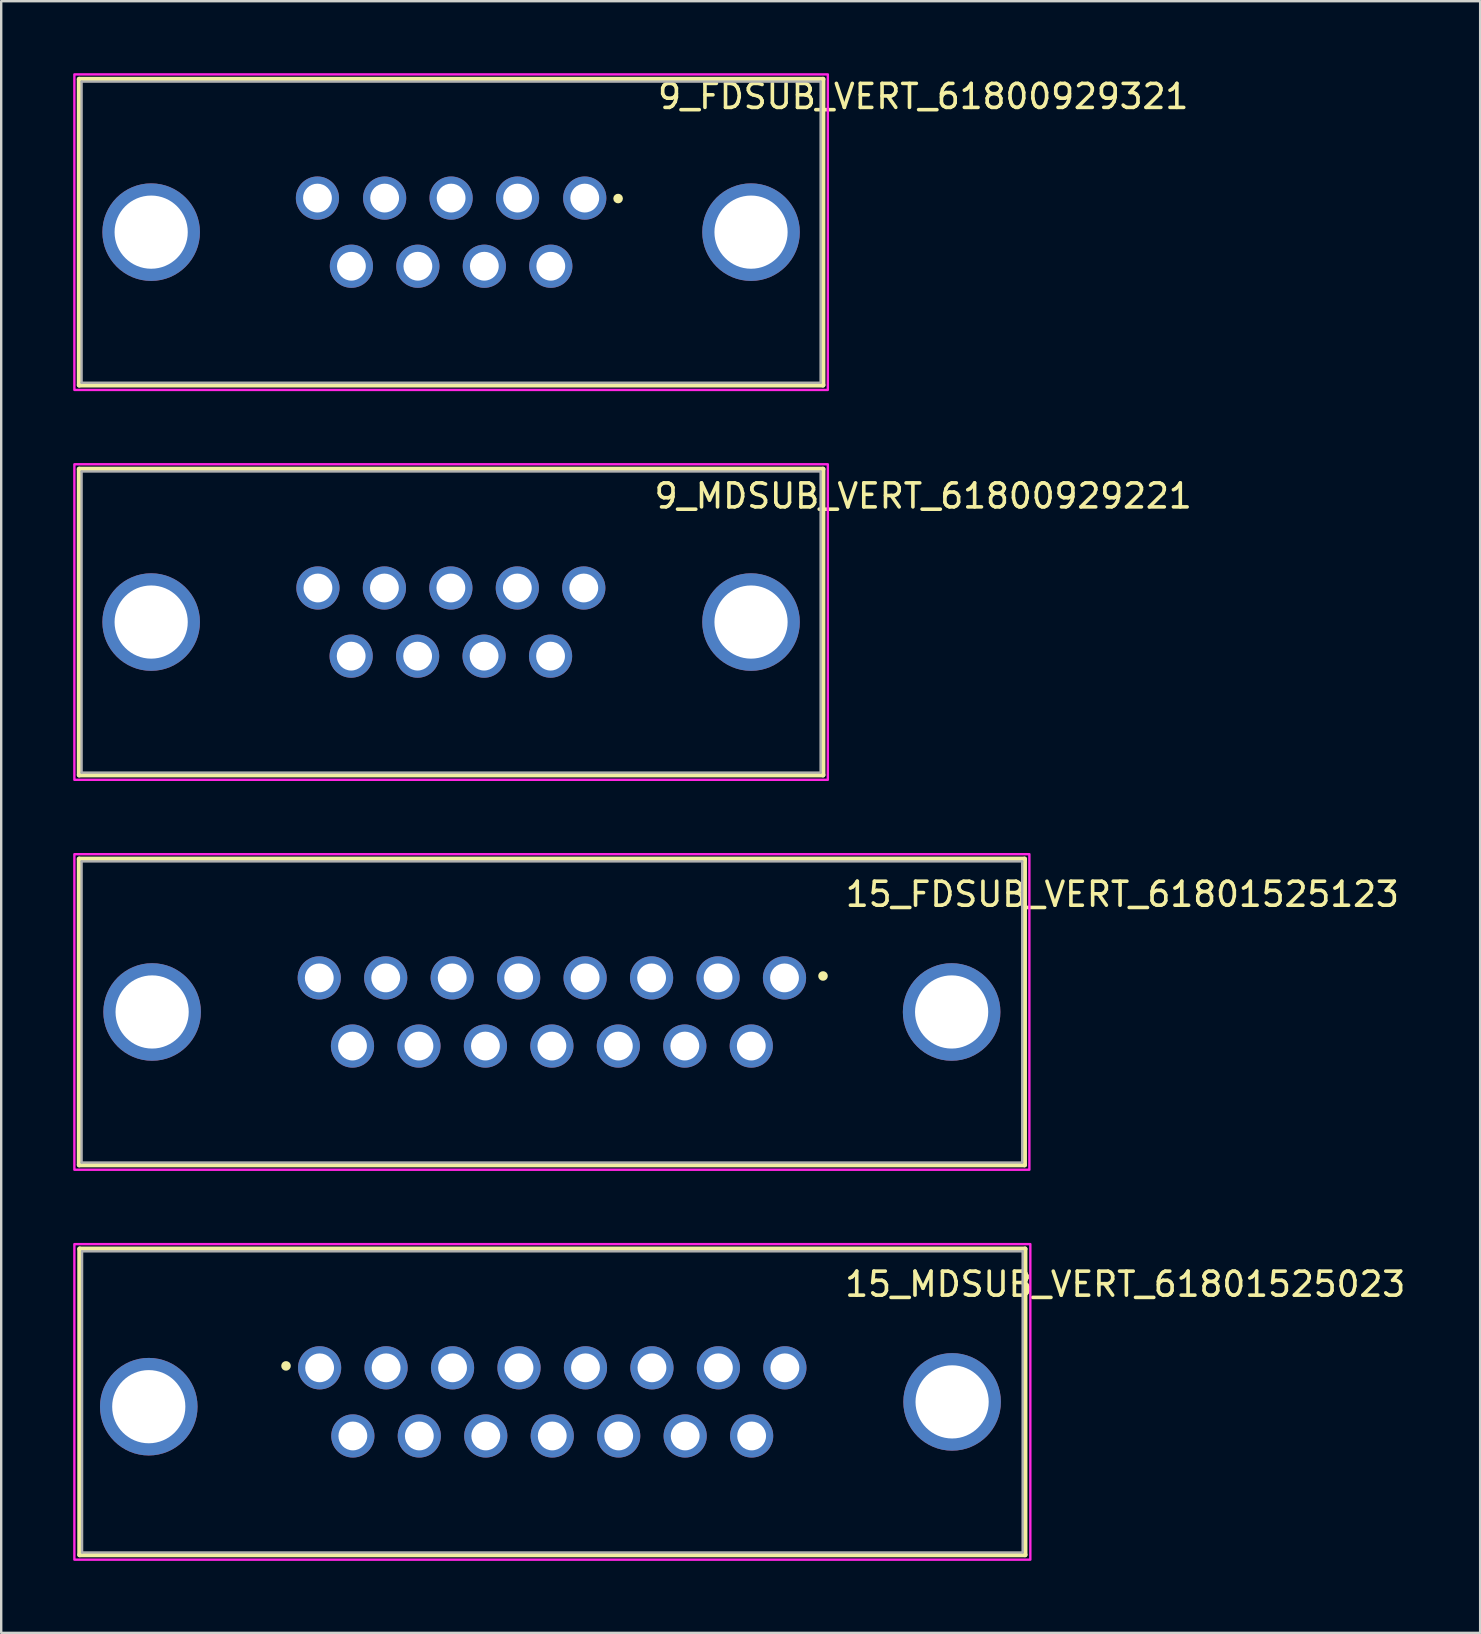
<source format=kicad_pcb>
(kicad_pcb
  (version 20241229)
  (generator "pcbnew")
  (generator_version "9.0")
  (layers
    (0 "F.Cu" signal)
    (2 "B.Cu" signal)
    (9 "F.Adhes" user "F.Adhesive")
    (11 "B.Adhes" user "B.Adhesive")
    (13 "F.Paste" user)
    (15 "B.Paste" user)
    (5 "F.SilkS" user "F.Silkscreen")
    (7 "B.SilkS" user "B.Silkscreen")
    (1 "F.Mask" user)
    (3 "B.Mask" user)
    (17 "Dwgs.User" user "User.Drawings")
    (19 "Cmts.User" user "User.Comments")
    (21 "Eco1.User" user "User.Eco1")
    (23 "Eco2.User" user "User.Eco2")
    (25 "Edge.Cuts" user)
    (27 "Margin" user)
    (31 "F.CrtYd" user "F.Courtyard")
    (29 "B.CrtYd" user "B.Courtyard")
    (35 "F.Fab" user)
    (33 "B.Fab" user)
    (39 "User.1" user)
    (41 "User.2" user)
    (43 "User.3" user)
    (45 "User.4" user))
  (footprint "15_FDSUB_VERT_61801525123"
    (layer "F.Cu")
    (at 19.95 39.125)
    (property "Reference" "15_FDSUB_VERT_61801525123" (at 23.775 -4.905 0) (layer "F.SilkS") (effects (font (size 1 1) (thickness 0.15))))
    (attr through_hole)
    (fp_line (start -19.7 -6.375) (end 19.7 -6.375) (stroke (width 0.2) (type solid)) (layer "F.SilkS"))
    (fp_line (start -19.7 6.375) (end -19.7 -6.375) (stroke (width 0.2) (type solid)) (layer "F.SilkS"))
    (fp_line (start 19.7 -6.375) (end 19.7 6.375) (stroke (width 0.2) (type solid)) (layer "F.SilkS"))
    (fp_line (start 19.7 6.375) (end -19.7 6.375) (stroke (width 0.2) (type solid)) (layer "F.SilkS"))
    (fp_circle (center 11.3 -1.5) (end 11.4 -1.5) (stroke (width 0.2) (type solid)) (fill no) (layer "F.SilkS"))
    (fp_poly (pts (xy -19.9 -6.575) (xy 19.9 -6.575) (xy 19.9 6.575) (xy -19.9 6.575)) (stroke (width 0.1) (type solid)) (fill no) (layer "F.CrtYd"))
    (fp_line (start -19.6 -6.275) (end 19.6 -6.275) (stroke (width 0.1) (type solid)) (layer "F.Fab"))
    (fp_line (start -19.6 6.275) (end -19.6 -6.275) (stroke (width 0.1) (type solid)) (layer "F.Fab"))
    (fp_line (start 19.6 -6.275) (end 19.6 6.275) (stroke (width 0.1) (type solid)) (layer "F.Fab"))
    (fp_line (start 19.6 6.275) (end -19.6 6.275) (stroke (width 0.1) (type solid)) (layer "F.Fab"))
    (pad "1" thru_hole circle (at 9.695 -1.42) (size 1.8 1.8) (drill 1.2) (layers "*.Cu" "*.Mask"))
    (pad "2" thru_hole circle (at 6.925 -1.42) (size 1.8 1.8) (drill 1.2) (layers "*.Cu" "*.Mask"))
    (pad "3" thru_hole circle (at 4.155 -1.42) (size 1.8 1.8) (drill 1.2) (layers "*.Cu" "*.Mask"))
    (pad "4" thru_hole circle (at 1.385 -1.42) (size 1.8 1.8) (drill 1.2) (layers "*.Cu" "*.Mask"))
    (pad "5" thru_hole circle (at -1.385 -1.42) (size 1.8 1.8) (drill 1.2) (layers "*.Cu" "*.Mask"))
    (pad "6" thru_hole circle (at -4.155 -1.42) (size 1.8 1.8) (drill 1.2) (layers "*.Cu" "*.Mask"))
    (pad "7" thru_hole circle (at -6.925 -1.42) (size 1.8 1.8) (drill 1.2) (layers "*.Cu" "*.Mask"))
    (pad "8" thru_hole circle (at -9.695 -1.42) (size 1.8 1.8) (drill 1.2) (layers "*.Cu" "*.Mask"))
    (pad "9" thru_hole circle (at 8.31 1.42) (size 1.8 1.8) (drill 1.2) (layers "*.Cu" "*.Mask"))
    (pad "10" thru_hole circle (at 5.54 1.42) (size 1.8 1.8) (drill 1.2) (layers "*.Cu" "*.Mask"))
    (pad "11" thru_hole circle (at 2.77 1.42) (size 1.8 1.8) (drill 1.2) (layers "*.Cu" "*.Mask"))
    (pad "12" thru_hole circle (at 0 1.42) (size 1.8 1.8) (drill 1.2) (layers "*.Cu" "*.Mask"))
    (pad "13" thru_hole circle (at -2.77 1.42) (size 1.8 1.8) (drill 1.2) (layers "*.Cu" "*.Mask"))
    (pad "14" thru_hole circle (at -5.54 1.42) (size 1.8 1.8) (drill 1.2) (layers "*.Cu" "*.Mask"))
    (pad "15" thru_hole circle (at -8.31 1.42) (size 1.8 1.8) (drill 1.2) (layers "*.Cu" "*.Mask"))
    (pad "S1" thru_hole circle (at -16.66 0) (size 4.066 4.066) (drill 3.05) (layers "*.Cu" "*.Mask"))
    (pad "S2" thru_hole circle (at 16.66 0) (size 4.066 4.066) (drill 3.05) (layers "*.Cu" "*.Mask")))
  (footprint "9_FDSUB_VERT_61800929321"
    (layer "F.Cu")
    (at 15.75 6.625)
    (property "Reference" "9_FDSUB_VERT_61800929321" (at 19.675 -5.655 0) (layer "F.SilkS") (effects (font (size 1 1) (thickness 0.15))))
    (attr through_hole)
    (fp_line (start -15.5 -6.375) (end 15.5 -6.375) (stroke (width 0.2) (type solid)) (layer "F.SilkS"))
    (fp_line (start -15.5 6.375) (end -15.5 -6.375) (stroke (width 0.2) (type solid)) (layer "F.SilkS"))
    (fp_line (start 15.5 -6.375) (end 15.5 6.375) (stroke (width 0.2) (type solid)) (layer "F.SilkS"))
    (fp_line (start 15.5 6.375) (end -15.5 6.375) (stroke (width 0.2) (type solid)) (layer "F.SilkS"))
    (fp_circle (center 6.96 -1.4) (end 7.06 -1.4) (stroke (width 0.2) (type solid)) (fill no) (layer "F.SilkS"))
    (fp_poly (pts (xy -15.7 -6.575) (xy 15.7 -6.575) (xy 15.7 6.575) (xy -15.7 6.575)) (stroke (width 0.1) (type solid)) (fill no) (layer "F.CrtYd"))
    (fp_line (start -15.4 -6.275) (end 15.4 -6.275) (stroke (width 0.1) (type solid)) (layer "F.Fab"))
    (fp_line (start -15.4 6.275) (end -15.4 -6.275) (stroke (width 0.1) (type solid)) (layer "F.Fab"))
    (fp_line (start 15.4 -6.275) (end 15.4 6.275) (stroke (width 0.1) (type solid)) (layer "F.Fab"))
    (fp_line (start 15.4 6.275) (end -15.4 6.275) (stroke (width 0.1) (type solid)) (layer "F.Fab"))
    (pad "1" thru_hole circle (at 5.57 -1.42) (size 1.8 1.8) (drill 1.2) (layers "*.Cu" "*.Mask"))
    (pad "2" thru_hole circle (at 2.77 -1.42) (size 1.8 1.8) (drill 1.2) (layers "*.Cu" "*.Mask"))
    (pad "3" thru_hole circle (at 0 -1.42) (size 1.8 1.8) (drill 1.2) (layers "*.Cu" "*.Mask"))
    (pad "4" thru_hole circle (at -2.77 -1.42) (size 1.8 1.8) (drill 1.2) (layers "*.Cu" "*.Mask"))
    (pad "5" thru_hole circle (at -5.57 -1.42) (size 1.8 1.8) (drill 1.2) (layers "*.Cu" "*.Mask"))
    (pad "6" thru_hole circle (at 4.155 1.42) (size 1.8 1.8) (drill 1.2) (layers "*.Cu" "*.Mask"))
    (pad "7" thru_hole circle (at 1.385 1.42) (size 1.8 1.8) (drill 1.2) (layers "*.Cu" "*.Mask"))
    (pad "8" thru_hole circle (at -1.385 1.42) (size 1.8 1.8) (drill 1.2) (layers "*.Cu" "*.Mask"))
    (pad "9" thru_hole circle (at -4.155 1.42) (size 1.8 1.8) (drill 1.2) (layers "*.Cu" "*.Mask"))
    (pad "S1" thru_hole circle (at -12.5 0) (size 4.066 4.066) (drill 3.05) (layers "*.Cu" "*.Mask"))
    (pad "S2" thru_hole circle (at 12.5 0) (size 4.066 4.066) (drill 3.05) (layers "*.Cu" "*.Mask")))
  (footprint "15_MDSUB_VERT_61801525023"
    (layer "F.Cu")
    (at 19.97 55.375)
    (property "Reference" "15_MDSUB_VERT_61801525023" (at 23.875 -4.905 0) (layer "F.SilkS") (effects (font (size 1 1) (thickness 0.15))))
    (attr through_hole)
    (fp_line (start -19.7 -6.375) (end 19.7 -6.375) (stroke (width 0.2) (type solid)) (layer "F.SilkS"))
    (fp_line (start -19.7 6.375) (end -19.7 -6.375) (stroke (width 0.2) (type solid)) (layer "F.SilkS"))
    (fp_line (start 19.7 -6.375) (end 19.7 6.375) (stroke (width 0.2) (type solid)) (layer "F.SilkS"))
    (fp_line (start 19.7 6.375) (end -19.7 6.375) (stroke (width 0.2) (type solid)) (layer "F.SilkS"))
    (fp_circle (center -11.1 -1.5) (end -11 -1.5) (stroke (width 0.2) (type solid)) (fill no) (layer "F.SilkS"))
    (fp_poly (pts (xy -19.92 -6.575) (xy 19.92 -6.575) (xy 19.92 6.575) (xy -19.92 6.575)) (stroke (width 0.1) (type solid)) (fill no) (layer "F.CrtYd"))
    (fp_line (start -19.6 -6.275) (end 19.6 -6.275) (stroke (width 0.1) (type solid)) (layer "F.Fab"))
    (fp_line (start -19.6 6.275) (end -19.6 -6.275) (stroke (width 0.1) (type solid)) (layer "F.Fab"))
    (fp_line (start 19.6 -6.275) (end 19.6 6.275) (stroke (width 0.1) (type solid)) (layer "F.Fab"))
    (fp_line (start 19.6 6.275) (end -19.6 6.275) (stroke (width 0.1) (type solid)) (layer "F.Fab"))
    (pad "1" thru_hole circle (at -9.7 -1.42) (size 1.8 1.8) (drill 1.2) (layers "*.Cu" "*.Mask"))
    (pad "2" thru_hole circle (at -6.93 -1.42) (size 1.8 1.8) (drill 1.2) (layers "*.Cu" "*.Mask"))
    (pad "3" thru_hole circle (at -4.16 -1.42) (size 1.8 1.8) (drill 1.2) (layers "*.Cu" "*.Mask"))
    (pad "4" thru_hole circle (at -1.39 -1.42) (size 1.8 1.8) (drill 1.2) (layers "*.Cu" "*.Mask"))
    (pad "5" thru_hole circle (at 1.38 -1.42) (size 1.8 1.8) (drill 1.2) (layers "*.Cu" "*.Mask"))
    (pad "6" thru_hole circle (at 4.15 -1.42) (size 1.8 1.8) (drill 1.2) (layers "*.Cu" "*.Mask"))
    (pad "7" thru_hole circle (at 6.92 -1.42) (size 1.8 1.8) (drill 1.2) (layers "*.Cu" "*.Mask"))
    (pad "8" thru_hole circle (at 9.69 -1.42) (size 1.8 1.8) (drill 1.2) (layers "*.Cu" "*.Mask"))
    (pad "9" thru_hole circle (at -8.315 1.42) (size 1.8 1.8) (drill 1.2) (layers "*.Cu" "*.Mask"))
    (pad "10" thru_hole circle (at -5.545 1.42) (size 1.8 1.8) (drill 1.2) (layers "*.Cu" "*.Mask"))
    (pad "11" thru_hole circle (at -2.775 1.42) (size 1.8 1.8) (drill 1.2) (layers "*.Cu" "*.Mask"))
    (pad "12" thru_hole circle (at -0.005 1.42) (size 1.8 1.8) (drill 1.2) (layers "*.Cu" "*.Mask"))
    (pad "13" thru_hole circle (at 2.765 1.42) (size 1.8 1.8) (drill 1.2) (layers "*.Cu" "*.Mask"))
    (pad "14" thru_hole circle (at 5.535 1.42) (size 1.8 1.8) (drill 1.2) (layers "*.Cu" "*.Mask"))
    (pad "15" thru_hole circle (at 8.305 1.42) (size 1.8 1.8) (drill 1.2) (layers "*.Cu" "*.Mask"))
    (pad "S1" thru_hole circle (at -16.82 0.2) (size 4.066 4.066) (drill 3.05) (layers "*.Cu" "*.Mask"))
    (pad "S2" thru_hole circle (at 16.66 0) (size 4.066 4.066) (drill 3.05) (layers "*.Cu" "*.Mask")))
  (footprint "9_MDSUB_VERT_61800929221"
    (layer "F.Cu")
    (at 15.75 22.875)
    (property "Reference" "9_MDSUB_VERT_61800929221" (at 19.675 -5.255 0) (layer "F.SilkS") (effects (font (size 1 1) (thickness 0.15))))
    (attr through_hole)
    (fp_line (start -15.5 -6.375) (end 15.5 -6.375) (stroke (width 0.2) (type solid)) (layer "F.SilkS"))
    (fp_line (start -15.5 6.375) (end -15.5 -6.375) (stroke (width 0.2) (type solid)) (layer "F.SilkS"))
    (fp_line (start 15.5 -6.375) (end 15.5 6.375) (stroke (width 0.2) (type solid)) (layer "F.SilkS"))
    (fp_line (start 15.5 6.375) (end -15.5 6.375) (stroke (width 0.2) (type solid)) (layer "F.SilkS"))
    (fp_poly (pts (xy -15.7 -6.575) (xy 15.7 -6.575) (xy 15.7 6.575) (xy -15.7 6.575)) (stroke (width 0.1) (type solid)) (fill no) (layer "F.CrtYd"))
    (fp_line (start -15.4 -6.275) (end 15.4 -6.275) (stroke (width 0.1) (type solid)) (layer "F.Fab"))
    (fp_line (start -15.4 6.275) (end -15.4 -6.275) (stroke (width 0.1) (type solid)) (layer "F.Fab"))
    (fp_line (start 15.4 -6.275) (end 15.4 6.275) (stroke (width 0.1) (type solid)) (layer "F.Fab"))
    (fp_line (start 15.4 6.275) (end -15.4 6.275) (stroke (width 0.1) (type solid)) (layer "F.Fab"))
    (pad "1" thru_hole circle (at -5.55 -1.42) (size 1.8 1.8) (drill 1.2) (layers "*.Cu" "*.Mask"))
    (pad "2" thru_hole circle (at -2.78 -1.42) (size 1.8 1.8) (drill 1.2) (layers "*.Cu" "*.Mask"))
    (pad "3" thru_hole circle (at -0.01 -1.42) (size 1.8 1.8) (drill 1.2) (layers "*.Cu" "*.Mask"))
    (pad "4" thru_hole circle (at 2.76 -1.42) (size 1.8 1.8) (drill 1.2) (layers "*.Cu" "*.Mask"))
    (pad "5" thru_hole circle (at 5.53 -1.42) (size 1.8 1.8) (drill 1.2) (layers "*.Cu" "*.Mask"))
    (pad "6" thru_hole circle (at -4.165 1.42) (size 1.8 1.8) (drill 1.2) (layers "*.Cu" "*.Mask"))
    (pad "7" thru_hole circle (at -1.395 1.42) (size 1.8 1.8) (drill 1.2) (layers "*.Cu" "*.Mask"))
    (pad "8" thru_hole circle (at 1.375 1.42) (size 1.8 1.8) (drill 1.2) (layers "*.Cu" "*.Mask"))
    (pad "9" thru_hole circle (at 4.145 1.42) (size 1.8 1.8) (drill 1.2) (layers "*.Cu" "*.Mask"))
    (pad "S1" thru_hole circle (at -12.5 0) (size 4.066 4.066) (drill 3.05) (layers "*.Cu" "*.Mask"))
    (pad "S2" thru_hole circle (at 12.5 0) (size 4.066 4.066) (drill 3.05) (layers "*.Cu" "*.Mask")))
  (gr_rect
    (start -3 -3)
    (end 58.637 65)
    (stroke (width 0.1) (type default))
    (fill no)
    (layer "Edge.Cuts")))
</source>
